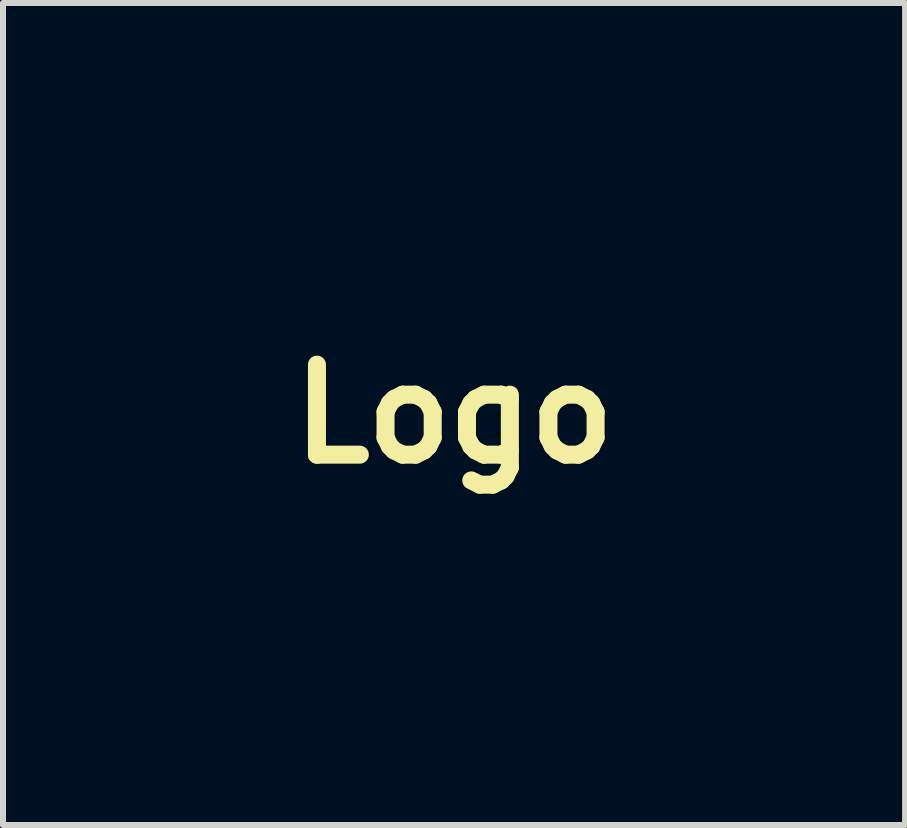
<source format=kicad_pcb>
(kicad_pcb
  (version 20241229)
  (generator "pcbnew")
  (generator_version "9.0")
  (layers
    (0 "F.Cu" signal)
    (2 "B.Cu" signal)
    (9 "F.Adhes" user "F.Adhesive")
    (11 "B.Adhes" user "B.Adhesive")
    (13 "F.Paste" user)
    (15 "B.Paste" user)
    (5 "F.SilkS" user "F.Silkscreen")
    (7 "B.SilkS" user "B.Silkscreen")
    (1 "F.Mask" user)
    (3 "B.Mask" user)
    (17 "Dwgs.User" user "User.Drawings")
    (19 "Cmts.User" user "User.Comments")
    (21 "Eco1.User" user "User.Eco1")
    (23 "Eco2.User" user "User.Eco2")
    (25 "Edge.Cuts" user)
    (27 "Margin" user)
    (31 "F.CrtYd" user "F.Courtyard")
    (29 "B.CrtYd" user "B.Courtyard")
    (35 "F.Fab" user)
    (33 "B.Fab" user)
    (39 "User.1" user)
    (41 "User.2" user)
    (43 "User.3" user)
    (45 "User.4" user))
  (footprint "Logo"
    (layer "F.Cu")
    (at 4.517 3.848)
    (property "Reference" "Logo" (at 0 0 0) (layer "F.SilkS") (effects (font (size 1.5 1.5) (thickness 0.3))))
    (attr board_only exclude_from_pos_files exclude_from_bom)
    (fp_poly (pts (xy -0.924 2.643) (xy -0.949 2.668) (xy -0.975 2.643) (xy -0.949 2.617)) (stroke (width 0) (type solid)) (fill yes) (layer "F.Mask"))
    (fp_poly (pts (xy 0.675 -3.838) (xy 1.001 -3.823) (xy 1.014 -2.752) (xy 1.017 -2.347) (xy 1.013 -2.026) (xy 1.004 -1.793) (xy 0.988 -1.654) (xy 0.975 -1.616) (xy 0.883 -1.571) (xy 0.73 -1.551) (xy 0.555 -1.556) (xy 0.396 -1.584) (xy 0.29 -1.634) (xy 0.284 -1.64) (xy 0.255 -1.722) (xy 0.245 -1.789) (xy 0.459 -1.789) (xy 0.627 -1.805) (xy 0.795 -1.822) (xy 0.795 -2.72) (xy 0.795 -3.618) (xy 0.641 -3.618) (xy 0.487 -3.618) (xy 0.473 -2.703) (xy 0.459 -1.789) (xy 0.245 -1.789) (xy 0.232 -1.886) (xy 0.214 -2.112) (xy 0.203 -2.38) (xy 0.198 -2.67) (xy 0.198 -2.963) (xy 0.206 -3.24) (xy 0.219 -3.48) (xy 0.239 -3.665) (xy 0.266 -3.775) (xy 0.278 -3.793) (xy 0.374 -3.826) (xy 0.546 -3.84)) (stroke (width 0) (type solid)) (fill yes) (layer "F.Mask"))
    (fp_poly (pts (xy -2.566 -3.846) (xy -2.444 -3.836) (xy -2.383 -3.814) (xy -2.362 -3.773) (xy -2.36 -3.746) (xy -2.373 -3.687) (xy -2.426 -3.656) (xy -2.544 -3.644) (xy -2.643 -3.643) (xy -2.925 -3.643) (xy -2.925 -3.227) (xy -2.925 -2.811) (xy -2.771 -2.833) (xy -2.663 -2.839) (xy -2.622 -2.795) (xy -2.617 -2.722) (xy -2.634 -2.623) (xy -2.706 -2.591) (xy -2.758 -2.589) (xy -2.829 -2.587) (xy -2.872 -2.562) (xy -2.895 -2.494) (xy -2.907 -2.362) (xy -2.914 -2.194) (xy -2.929 -1.796) (xy -2.645 -1.796) (xy -2.482 -1.793) (xy -2.398 -1.776) (xy -2.365 -1.733) (xy -2.36 -1.665) (xy -2.364 -1.6) (xy -2.389 -1.562) (xy -2.457 -1.544) (xy -2.588 -1.54) (xy -2.771 -1.544) (xy -3.181 -1.554) (xy -3.181 -2.701) (xy -3.181 -2.745) (xy -2.72 -2.745) (xy -2.694 -2.72) (xy -2.668 -2.745) (xy -2.694 -2.771) (xy -2.72 -2.745) (xy -3.181 -2.745) (xy -3.181 -3.848) (xy -2.771 -3.848)) (stroke (width 0) (type solid)) (fill yes) (layer "F.Mask"))
    (fp_poly (pts (xy -1.977 -3.841) (xy -1.928 -3.806) (xy -1.888 -3.723) (xy -1.845 -3.57) (xy -1.819 -3.462) (xy -1.755 -3.221) (xy -1.7 -3.079) (xy -1.654 -3.037) (xy -1.62 -3.088) (xy -1.598 -3.17) (xy -1.558 -3.318) (xy -1.511 -3.502) (xy -1.459 -3.686) (xy -1.415 -3.791) (xy -1.365 -3.838) (xy -1.301 -3.848) (xy -1.208 -3.838) (xy -1.18 -3.819) (xy -1.194 -3.761) (xy -1.233 -3.625) (xy -1.289 -3.431) (xy -1.359 -3.2) (xy -1.36 -3.196) (xy -1.441 -2.915) (xy -1.494 -2.692) (xy -1.524 -2.49) (xy -1.538 -2.269) (xy -1.54 -2.059) (xy -1.544 -1.801) (xy -1.556 -1.642) (xy -1.575 -1.581) (xy -1.591 -1.591) (xy -1.632 -1.63) (xy -1.641 -1.612) (xy -1.684 -1.563) (xy -1.719 -1.556) (xy -1.754 -1.573) (xy -1.777 -1.633) (xy -1.79 -1.754) (xy -1.795 -1.952) (xy -1.796 -2.1) (xy -1.799 -2.348) (xy -1.813 -2.546) (xy -1.843 -2.731) (xy -1.895 -2.936) (xy -1.975 -3.197) (xy -1.991 -3.246) (xy -2.185 -3.848) (xy -2.048 -3.848)) (stroke (width 0) (type solid)) (fill yes) (layer "F.Mask"))
    (fp_poly (pts (xy -0.33 -3.84) (xy -0.179 -3.816) (xy -0.113 -3.787) (xy -0.074 -3.694) (xy -0.053 -3.532) (xy -0.048 -3.333) (xy -0.058 -3.129) (xy -0.084 -2.951) (xy -0.124 -2.831) (xy -0.136 -2.813) (xy -0.193 -2.735) (xy -0.175 -2.672) (xy -0.136 -2.626) (xy -0.089 -2.544) (xy -0.063 -2.411) (xy -0.052 -2.205) (xy -0.051 -2.121) (xy -0.059 -1.874) (xy -0.093 -1.711) (xy -0.168 -1.614) (xy -0.302 -1.565) (xy -0.51 -1.545) (xy -0.564 -1.543) (xy -0.898 -1.533) (xy -0.898 -2.042) (xy -0.662 -2.042) (xy -0.649 -1.903) (xy -0.608 -1.829) (xy -0.531 -1.8) (xy -0.463 -1.796) (xy -0.308 -1.796) (xy -0.308 -2.21) (xy -0.308 -2.623) (xy -0.475 -2.607) (xy -0.641 -2.591) (xy -0.657 -2.263) (xy -0.662 -2.042) (xy -0.898 -2.042) (xy -0.898 -2.691) (xy -0.898 -3.068) (xy -0.662 -3.068) (xy -0.649 -2.929) (xy -0.608 -2.855) (xy -0.531 -2.826) (xy -0.463 -2.822) (xy -0.308 -2.822) (xy -0.308 -3.236) (xy -0.308 -3.65) (xy -0.475 -3.634) (xy -0.641 -3.618) (xy -0.657 -3.289) (xy -0.662 -3.068) (xy -0.898 -3.068) (xy -0.898 -3.848) (xy -0.536 -3.848)) (stroke (width 0) (type solid)) (fill yes) (layer "F.Mask"))
    (fp_poly (pts (xy 4.271 -3.838) (xy 4.414 -3.808) (xy 4.46 -3.777) (xy 4.483 -3.703) (xy 4.5 -3.544) (xy 4.51 -3.295) (xy 4.514 -2.95) (xy 4.513 -2.704) (xy 4.511 -2.332) (xy 4.504 -2.049) (xy 4.488 -1.845) (xy 4.457 -1.706) (xy 4.406 -1.619) (xy 4.328 -1.573) (xy 4.219 -1.554) (xy 4.072 -1.55) (xy 4.002 -1.55) (xy 3.669 -1.549) (xy 3.669 -2.485) (xy 3.908 -2.485) (xy 3.908 -2.231) (xy 3.911 -2.03) (xy 3.917 -1.9) (xy 3.923 -1.862) (xy 3.987 -1.815) (xy 4.103 -1.796) (xy 4.259 -1.796) (xy 4.259 -2.723) (xy 4.259 -3.104) (xy 4.32 -3.104) (xy 4.326 -3.017) (xy 4.342 -3.009) (xy 4.344 -3.014) (xy 4.354 -3.116) (xy 4.346 -3.168) (xy 4.33 -3.189) (xy 4.321 -3.12) (xy 4.32 -3.104) (xy 4.259 -3.104) (xy 4.259 -3.515) (xy 4.31 -3.515) (xy 4.336 -3.489) (xy 4.362 -3.515) (xy 4.336 -3.541) (xy 4.31 -3.515) (xy 4.259 -3.515) (xy 4.259 -3.65) (xy 4.092 -3.634) (xy 3.925 -3.618) (xy 3.911 -2.773) (xy 3.908 -2.485) (xy 3.669 -2.485) (xy 3.669 -2.699) (xy 3.669 -3.848) (xy 4.035 -3.848)) (stroke (width 0) (type solid)) (fill yes) (layer "F.Mask"))
    (fp_poly (pts (xy 3.108 -3.84) (xy 3.259 -3.816) (xy 3.325 -3.787) (xy 3.361 -3.698) (xy 3.383 -3.536) (xy 3.391 -3.331) (xy 3.386 -3.111) (xy 3.369 -2.907) (xy 3.34 -2.746) (xy 3.303 -2.661) (xy 3.262 -2.601) (xy 3.244 -2.523) (xy 3.249 -2.399) (xy 3.274 -2.204) (xy 3.278 -2.176) (xy 3.31 -1.971) (xy 3.34 -1.795) (xy 3.362 -1.681) (xy 3.364 -1.672) (xy 3.368 -1.594) (xy 3.309 -1.559) (xy 3.232 -1.549) (xy 3.13 -1.553) (xy 3.098 -1.579) (xy 3.1 -1.583) (xy 3.107 -1.654) (xy 3.099 -1.797) (xy 3.094 -1.847) (xy 3.241 -1.847) (xy 3.249 -1.774) (xy 3.267 -1.783) (xy 3.273 -1.888) (xy 3.267 -1.911) (xy 3.248 -1.918) (xy 3.241 -1.847) (xy 3.094 -1.847) (xy 3.081 -1.983) (xy 3.055 -2.182) (xy 3.026 -2.367) (xy 2.997 -2.506) (xy 2.975 -2.567) (xy 2.9 -2.607) (xy 2.848 -2.599) (xy 2.808 -2.57) (xy 2.784 -2.511) (xy 2.774 -2.4) (xy 2.774 -2.218) (xy 2.779 -2.062) (xy 2.797 -1.559) (xy 2.668 -1.549) (xy 2.54 -1.54) (xy 2.54 -2.694) (xy 2.54 -3.068) (xy 2.776 -3.068) (xy 2.789 -2.929) (xy 2.83 -2.855) (xy 2.907 -2.826) (xy 2.975 -2.822) (xy 3.13 -2.822) (xy 3.13 -3.236) (xy 3.13 -3.65) (xy 2.963 -3.634) (xy 2.797 -3.618) (xy 2.781 -3.289) (xy 2.776 -3.068) (xy 2.54 -3.068) (xy 2.54 -3.848) (xy 2.902 -3.848)) (stroke (width 0) (type solid)) (fill yes) (layer "F.Mask"))
    (fp_poly (pts (xy 1.883 -3.839) (xy 1.932 -3.79) (xy 1.958 -3.674) (xy 1.964 -3.63) (xy 1.987 -3.474) (xy 2.023 -3.25) (xy 2.068 -2.983) (xy 2.118 -2.693) (xy 2.17 -2.404) (xy 2.219 -2.138) (xy 2.261 -1.916) (xy 2.293 -1.762) (xy 2.304 -1.715) (xy 2.326 -1.607) (xy 2.296 -1.565) (xy 2.207 -1.558) (xy 2.107 -1.575) (xy 2.072 -1.613) (xy 2.067 -1.693) (xy 2.048 -1.833) (xy 2.035 -1.914) (xy 2.007 -2.061) (xy 1.971 -2.132) (xy 1.903 -2.151) (xy 1.805 -2.145) (xy 1.7 -2.132) (xy 1.639 -2.099) (xy 1.6 -2.02) (xy 1.567 -1.871) (xy 1.558 -1.822) (xy 1.527 -1.675) (xy 1.503 -1.593) (xy 1.493 -1.591) (xy 1.471 -1.634) (xy 1.449 -1.616) (xy 1.367 -1.558) (xy 1.343 -1.551) (xy 1.298 -1.57) (xy 1.302 -1.665) (xy 1.305 -1.679) (xy 1.339 -1.852) (xy 1.382 -2.084) (xy 1.404 -2.206) (xy 2.104 -2.206) (xy 2.123 -2.164) (xy 2.138 -2.172) (xy 2.144 -2.233) (xy 2.138 -2.241) (xy 2.108 -2.234) (xy 2.104 -2.206) (xy 1.404 -2.206) (xy 1.43 -2.356) (xy 1.452 -2.482) (xy 1.658 -2.482) (xy 1.67 -2.431) (xy 1.767 -2.412) (xy 1.795 -2.412) (xy 1.906 -2.42) (xy 1.941 -2.464) (xy 1.93 -2.553) (xy 1.902 -2.703) (xy 1.871 -2.875) (xy 1.869 -2.886) (xy 1.835 -3.016) (xy 1.798 -3.045) (xy 1.76 -2.976) (xy 1.724 -2.81) (xy 1.721 -2.791) (xy 1.694 -2.632) (xy 1.667 -2.511) (xy 1.658 -2.482) (xy 1.452 -2.482) (xy 1.48 -2.649) (xy 1.529 -2.94) (xy 1.572 -3.212) (xy 1.608 -3.444) (xy 1.632 -3.615) (xy 1.641 -3.706) (xy 1.641 -3.707) (xy 1.657 -3.809) (xy 1.725 -3.845) (xy 1.789 -3.848)) (stroke (width 0) (type solid)) (fill yes) (layer "F.Mask"))
    (fp_poly (pts (xy 3.877 -0.921) (xy 4.028 -0.907) (xy 4.122 -0.875) (xy 4.175 -0.818) (xy 4.202 -0.729) (xy 4.218 -0.6) (xy 4.228 -0.513) (xy 4.24 -0.388) (xy 4.233 -0.36) (xy 4.211 -0.411) (xy 4.177 -0.484) (xy 4.162 -0.456) (xy 4.161 -0.451) (xy 4.147 -0.411) (xy 4.098 -0.384) (xy 3.996 -0.367) (xy 3.824 -0.355) (xy 3.605 -0.348) (xy 3.053 -0.334) (xy 3.039 0.39) (xy 3.035 0.712) (xy 3.041 0.943) (xy 3.063 1.097) (xy 3.107 1.186) (xy 3.179 1.224) (xy 3.285 1.221) (xy 3.415 1.195) (xy 3.643 1.143) (xy 3.638 1.482) (xy 3.632 1.655) (xy 3.62 1.731) (xy 3.601 1.717) (xy 3.592 1.693) (xy 3.561 1.623) (xy 3.546 1.649) (xy 3.546 1.652) (xy 3.516 1.709) (xy 3.421 1.742) (xy 3.297 1.755) (xy 3.053 1.77) (xy 3.039 2.482) (xy 3.036 2.826) (xy 3.045 3.07) (xy 3.065 3.218) (xy 3.084 3.264) (xy 3.165 3.301) (xy 3.32 3.325) (xy 3.519 3.336) (xy 3.735 3.333) (xy 3.938 3.317) (xy 4.097 3.286) (xy 4.267 3.238) (xy 4.234 3.453) (xy 4.212 3.599) (xy 4.191 3.703) (xy 4.153 3.774) (xy 4.084 3.817) (xy 3.968 3.84) (xy 3.791 3.848) (xy 3.536 3.849) (xy 3.319 3.848) (xy 2.489 3.848) (xy 2.489 3.361) (xy 4.156 3.361) (xy 4.182 3.387) (xy 4.208 3.361) (xy 4.182 3.335) (xy 4.156 3.361) (xy 2.489 3.361) (xy 2.489 1.462) (xy 2.489 0.981) (xy 2.49 0.534) (xy 2.492 0.131) (xy 2.494 -0.217) (xy 2.496 -0.501) (xy 2.499 -0.711) (xy 2.503 -0.838) (xy 2.506 -0.872) (xy 2.564 -0.828) (xy 2.608 -0.822) (xy 2.665 -0.83) (xy 2.628 -0.865) (xy 2.617 -0.872) (xy 2.63 -0.893) (xy 2.745 -0.909) (xy 2.961 -0.919) (xy 3.278 -0.923) (xy 3.345 -0.923) (xy 3.654 -0.924)) (stroke (width 0) (type solid)) (fill yes) (layer "F.Mask"))
    (fp_poly (pts (xy -4.165 -3.413) (xy -4.168 -3.189) (xy -4.158 -3.042) (xy -4.135 -2.985) (xy -4.131 -2.984) (xy -4.09 -3.031) (xy -4.024 -3.152) (xy -3.943 -3.326) (xy -3.904 -3.419) (xy -3.817 -3.625) (xy -3.752 -3.752) (xy -3.696 -3.82) (xy -3.637 -3.846) (xy -3.593 -3.848) (xy -3.459 -3.848) (xy -3.613 -3.518) (xy -3.694 -3.361) (xy -3.766 -3.254) (xy -3.813 -3.217) (xy -3.816 -3.219) (xy -3.839 -3.214) (xy -3.826 -3.186) (xy -3.816 -3.098) (xy -3.847 -2.981) (xy -3.87 -2.899) (xy -3.87 -2.802) (xy -3.842 -2.667) (xy -3.784 -2.469) (xy -3.748 -2.357) (xy -3.682 -2.145) (xy -3.636 -1.966) (xy -3.614 -1.844) (xy -3.616 -1.808) (xy -3.617 -1.762) (xy -3.599 -1.766) (xy -3.548 -1.747) (xy -3.503 -1.677) (xy -3.476 -1.589) (xy -3.516 -1.557) (xy -3.546 -1.553) (xy -3.627 -1.574) (xy -3.644 -1.607) (xy -3.664 -1.627) (xy -3.695 -1.591) (xy -3.734 -1.541) (xy -3.745 -1.585) (xy -3.745 -1.597) (xy -3.761 -1.685) (xy -3.801 -1.835) (xy -3.856 -2.014) (xy -3.894 -2.129) (xy -3.848 -2.129) (xy -3.823 -2.104) (xy -3.797 -2.129) (xy -3.823 -2.155) (xy -3.848 -2.129) (xy -3.894 -2.129) (xy -3.915 -2.194) (xy -3.967 -2.335) (xy -3.848 -2.335) (xy -3.823 -2.309) (xy -3.797 -2.335) (xy -3.823 -2.36) (xy -3.848 -2.335) (xy -3.967 -2.335) (xy -3.97 -2.344) (xy -4.01 -2.433) (xy -4.017 -2.444) (xy -4.059 -2.435) (xy -4.1 -2.345) (xy -4.136 -2.194) (xy -4.161 -2.003) (xy -4.169 -1.868) (xy -4.179 -1.712) (xy -4.197 -1.618) (xy -4.218 -1.606) (xy -4.251 -1.634) (xy -4.259 -1.591) (xy -4.269 -1.542) (xy -4.305 -1.584) (xy -4.347 -1.628) (xy -4.377 -1.584) (xy -4.385 -1.612) (xy -4.393 -1.73) (xy -4.399 -1.924) (xy -4.404 -2.18) (xy -4.408 -2.487) (xy -4.409 -2.681) (xy -4.413 -3.848) (xy -4.28 -3.848) (xy -4.148 -3.848)) (stroke (width 0) (type solid)) (fill yes) (layer "F.Mask"))
    (fp_poly (pts (xy -3.367 -0.923) (xy -3.198 -0.916) (xy -3.088 -0.901) (xy -3.013 -0.871) (xy -2.953 -0.823) (xy -2.915 -0.783) (xy -2.847 -0.697) (xy -2.804 -0.599) (xy -2.778 -0.46) (xy -2.761 -0.251) (xy -2.759 -0.218) (xy -2.737 0.205) (xy -2.985 0.205) (xy -3.156 0.192) (xy -3.23 0.154) (xy -3.234 0.141) (xy -3.239 0.128) (xy -2.822 0.128) (xy -2.797 0.154) (xy -2.771 0.128) (xy -2.797 0.103) (xy -2.822 0.128) (xy -3.239 0.128) (xy -3.248 0.11) (xy -3.28 0.149) (xy -3.306 0.15) (xy -3.318 0.055) (xy -3.317 -0.057) (xy -3.31 -0.334) (xy -3.618 -0.334) (xy -3.925 -0.334) (xy -3.939 1.411) (xy -3.941 1.826) (xy -3.941 2.211) (xy -3.94 2.552) (xy -3.936 2.838) (xy -3.931 3.055) (xy -3.924 3.191) (xy -3.918 3.232) (xy -3.89 3.314) (xy -3.887 3.335) (xy -3.843 3.35) (xy -3.726 3.359) (xy -3.618 3.361) (xy -3.47 3.358) (xy -3.38 3.349) (xy -3.365 3.34) (xy -3.355 3.289) (xy -3.328 3.25) (xy -3.295 3.146) (xy -3.299 2.975) (xy -3.302 2.95) (xy -3.323 2.797) (xy -3.284 2.797) (xy -3.258 2.822) (xy -3.233 2.797) (xy -3.258 2.771) (xy -3.284 2.797) (xy -3.323 2.797) (xy -3.333 2.72) (xy -3.035 2.72) (xy -2.737 2.72) (xy -2.759 3.143) (xy -2.775 3.363) (xy -2.8 3.509) (xy -2.84 3.611) (xy -2.904 3.696) (xy -2.915 3.707) (xy -2.975 3.768) (xy -3.036 3.808) (xy -3.119 3.832) (xy -3.246 3.844) (xy -3.437 3.848) (xy -3.645 3.848) (xy -3.909 3.846) (xy -4.089 3.838) (xy -4.207 3.822) (xy -4.281 3.794) (xy -4.308 3.772) (xy -4.259 3.772) (xy -4.233 3.797) (xy -4.208 3.772) (xy -4.233 3.746) (xy -4.259 3.772) (xy -4.308 3.772) (xy -4.328 3.755) (xy -4.379 3.67) (xy -4.375 3.622) (xy -4.378 3.597) (xy -4.413 3.6) (xy -4.432 3.595) (xy -4.448 3.562) (xy -4.461 3.493) (xy -4.472 3.38) (xy -4.481 3.214) (xy -4.481 3.207) (xy -4.054 3.207) (xy -4.028 3.233) (xy -4.002 3.207) (xy -4.028 3.181) (xy -4.054 3.207) (xy -4.481 3.207) (xy -4.487 2.986) (xy -4.493 2.686) (xy -4.497 2.307) (xy -4.501 1.839) (xy -4.503 1.517) (xy -4.516 -0.436) (xy -3.387 -0.436) (xy -3.361 -0.411) (xy -3.335 -0.436) (xy -3.361 -0.462) (xy -3.387 -0.436) (xy -4.516 -0.436) (xy -4.517 -0.584) (xy -4.352 -0.754) (xy -4.188 -0.924) (xy -3.617 -0.924)) (stroke (width 0) (type solid)) (fill yes) (layer "F.Mask"))
    (fp_poly (pts (xy 1.889 -0.754) (xy 2.053 -0.585) (xy 2.053 0.422) (xy 2.052 0.767) (xy 2.05 1.025) (xy 2.045 1.211) (xy 2.034 1.341) (xy 2.016 1.43) (xy 1.989 1.494) (xy 1.952 1.547) (xy 1.921 1.585) (xy 1.854 1.659) (xy 1.786 1.705) (xy 1.693 1.732) (xy 1.548 1.747) (xy 1.327 1.755) (xy 1.318 1.756) (xy 0.847 1.77) (xy 0.847 2.809) (xy 0.847 3.849) (xy 0.527 3.849) (xy 0.208 3.848) (xy 0.24 3.763) (xy 0.735 3.763) (xy 0.743 3.793) (xy 0.77 3.797) (xy 0.812 3.778) (xy 0.804 3.763) (xy 0.743 3.757) (xy 0.735 3.763) (xy 0.24 3.763) (xy 0.257 3.72) (xy 0.308 3.72) (xy 0.334 3.746) (xy 0.359 3.72) (xy 0.334 3.695) (xy 0.308 3.72) (xy 0.257 3.72) (xy 0.258 3.717) (xy 0.27 3.634) (xy 0.281 3.457) (xy 0.29 3.195) (xy 0.297 2.857) (xy 0.303 2.452) (xy 0.307 1.988) (xy 0.307 1.899) (xy 0.718 1.899) (xy 0.737 1.941) (xy 0.753 1.933) (xy 0.759 1.872) (xy 0.753 1.864) (xy 0.722 1.871) (xy 0.718 1.899) (xy 0.307 1.899) (xy 0.307 1.668) (xy 0.975 1.668) (xy 1.001 1.693) (xy 1.026 1.668) (xy 1.001 1.642) (xy 0.975 1.668) (xy 0.307 1.668) (xy 0.308 1.475) (xy 0.308 1.462) (xy 0.307 1.026) (xy 0.726 1.026) (xy 0.735 1.099) (xy 0.752 1.09) (xy 0.759 0.985) (xy 0.752 0.962) (xy 0.734 0.956) (xy 0.726 1.026) (xy 0.307 1.026) (xy 0.307 0.948) (xy 0.305 0.722) (xy 0.83 0.722) (xy 0.838 0.967) (xy 0.858 1.115) (xy 0.877 1.16) (xy 0.965 1.206) (xy 1.112 1.23) (xy 1.155 1.232) (xy 1.309 1.215) (xy 1.417 1.174) (xy 1.432 1.16) (xy 1.459 1.074) (xy 1.475 0.893) (xy 1.48 0.614) (xy 1.477 0.378) (xy 1.462 -0.334) (xy 1.155 -0.334) (xy 0.847 -0.334) (xy 0.832 0.378) (xy 0.83 0.722) (xy 0.305 0.722) (xy 0.303 0.483) (xy 0.298 0.076) (xy 0.29 -0.263) (xy 0.284 -0.434) (xy 1.04 -0.434) (xy 1.105 -0.426) (xy 1.18 -0.424) (xy 1.291 -0.428) (xy 1.322 -0.439) (xy 1.296 -0.447) (xy 1.146 -0.455) (xy 1.065 -0.447) (xy 1.04 -0.434) (xy 0.284 -0.434) (xy 0.281 -0.527) (xy 0.27 -0.706) (xy 0.258 -0.791) (xy 0.258 -0.792) (xy 0.237 -0.847) (xy 0.308 -0.847) (xy 0.334 -0.821) (xy 0.359 -0.847) (xy 0.334 -0.872) (xy 0.308 -0.847) (xy 0.237 -0.847) (xy 0.208 -0.924) (xy 0.966 -0.924) (xy 1.725 -0.924)) (stroke (width 0) (type solid)) (fill yes) (layer "F.Mask"))
    (fp_poly (pts (xy -0.898 -0.654) (xy -0.888 -0.497) (xy -0.863 -0.269) (xy -0.825 -0.003) (xy -0.782 0.257) (xy -0.7 0.712) (xy -0.632 1.092) (xy -0.573 1.421) (xy -0.519 1.724) (xy -0.466 2.027) (xy -0.409 2.354) (xy -0.358 2.652) (xy -0.305 2.95) (xy -0.254 3.221) (xy -0.208 3.446) (xy -0.172 3.604) (xy -0.154 3.668) (xy -0.117 3.774) (xy -0.103 3.826) (xy -0.149 3.838) (xy -0.27 3.846) (xy -0.403 3.848) (xy -0.704 3.848) (xy -0.738 3.521) (xy -0.751 3.334) (xy -0.751 3.178) (xy -0.74 3.098) (xy -0.727 3.039) (xy -0.758 3.07) (xy -0.794 3.068) (xy -0.833 2.981) (xy -0.868 2.825) (xy -0.893 2.646) (xy -0.942 2.621) (xy -1.059 2.611) (xy -1.214 2.613) (xy -1.373 2.625) (xy -1.505 2.647) (xy -1.572 2.674) (xy -1.606 2.745) (xy -1.646 2.89) (xy -1.683 3.081) (xy -1.691 3.138) (xy -1.726 3.351) (xy -1.763 3.537) (xy -1.794 3.663) (xy -1.8 3.678) (xy -1.822 3.766) (xy -1.796 3.771) (xy -1.749 3.776) (xy -1.745 3.794) (xy -1.793 3.825) (xy -1.925 3.844) (xy -2.073 3.848) (xy -2.402 3.848) (xy -2.348 3.671) (xy -2.3 3.563) (xy -2.251 3.522) (xy -2.242 3.525) (xy -2.215 3.523) (xy -2.224 3.502) (xy -2.234 3.43) (xy -2.227 3.294) (xy -2.207 3.117) (xy -2.177 2.921) (xy -2.142 2.73) (xy -2.106 2.568) (xy -2.072 2.456) (xy -2.045 2.417) (xy -2.04 2.421) (xy -2.011 2.449) (xy -2.024 2.389) (xy -2.031 2.308) (xy -2.023 2.166) (xy -2.004 1.984) (xy -1.993 1.901) (xy -1.486 1.901) (xy -1.483 2.014) (xy -1.449 2.074) (xy -1.379 2.099) (xy -1.271 2.104) (xy -1.259 2.104) (xy -1.101 2.092) (xy -1.011 2.049) (xy -0.972 1.995) (xy -0.944 1.924) (xy -0.962 1.916) (xy -0.989 1.881) (xy -1.026 1.761) (xy -1.068 1.572) (xy -1.108 1.349) (xy -1.125 1.257) (xy -1.078 1.257) (xy -1.052 1.283) (xy -1.026 1.257) (xy -1.052 1.232) (xy -1.078 1.257) (xy -1.125 1.257) (xy -1.156 1.089) (xy -1.194 0.924) (xy -1.121 0.924) (xy -1.113 0.996) (xy -1.095 0.988) (xy -1.088 0.883) (xy -1.095 0.859) (xy -1.114 0.853) (xy -1.121 0.924) (xy -1.194 0.924) (xy -1.203 0.889) (xy -1.245 0.765) (xy -1.27 0.731) (xy -1.318 0.758) (xy -1.334 0.881) (xy -1.344 1.015) (xy -1.37 1.21) (xy -1.406 1.427) (xy -1.411 1.454) (xy -1.46 1.72) (xy -1.486 1.901) (xy -1.993 1.901) (xy -1.98 1.796) (xy -1.591 1.796) (xy -1.572 1.838) (xy -1.556 1.83) (xy -1.55 1.769) (xy -1.556 1.762) (xy -1.587 1.769) (xy -1.591 1.796) (xy -1.98 1.796) (xy -1.978 1.785) (xy -1.951 1.612) (xy -1.535 1.612) (xy -1.526 1.679) (xy -1.508 1.679) (xy -1.496 1.611) (xy -1.504 1.581) (xy -1.527 1.562) (xy -1.535 1.612) (xy -1.951 1.612) (xy -1.948 1.589) (xy -1.916 1.418) (xy -1.896 1.334) (xy -1.48 1.334) (xy -1.472 1.407) (xy -1.454 1.398) (xy -1.447 1.293) (xy -1.454 1.27) (xy -1.473 1.264) (xy -1.48 1.334) (xy -1.896 1.334) (xy -1.887 1.293) (xy -1.863 1.236) (xy -1.852 1.243) (xy -1.836 1.243) (xy -1.823 1.159) (xy -1.821 1.129) (xy -1.437 1.129) (xy -1.418 1.171) (xy -1.403 1.163) (xy -1.396 1.102) (xy -1.403 1.095) (xy -1.433 1.102) (xy -1.437 1.129) (xy -1.821 1.129) (xy -1.816 1.011) (xy -1.803 0.822) (xy -1.772 0.572) (xy -1.735 0.334) (xy -1.693 0.334) (xy -1.668 0.359) (xy -1.642 0.334) (xy -1.668 0.308) (xy -1.693 0.334) (xy -1.735 0.334) (xy -1.73 0.299) (xy -1.7 0.139) (xy -1.654 -0.119) (xy -1.618 -0.368) (xy -1.595 -0.574) (xy -1.591 -0.67) (xy -1.591 -0.833) (xy -1.517 -0.833) (xy -1.467 -0.825) (xy -1.4 -0.834) (xy -1.399 -0.852) (xy -1.468 -0.864) (xy -1.498 -0.856) (xy -1.517 -0.833) (xy -1.591 -0.833) (xy -1.591 -0.924) (xy -1.244 -0.924) (xy -0.898 -0.924)) (stroke (width 0) (type solid)) (fill yes) (layer "F.Mask")))
  (gr_rect
    (start -3 -3)
    (end 12.031 10.697)
    (stroke (width 0.1) (type default))
    (fill no)
    (layer "Edge.Cuts")))
</source>
